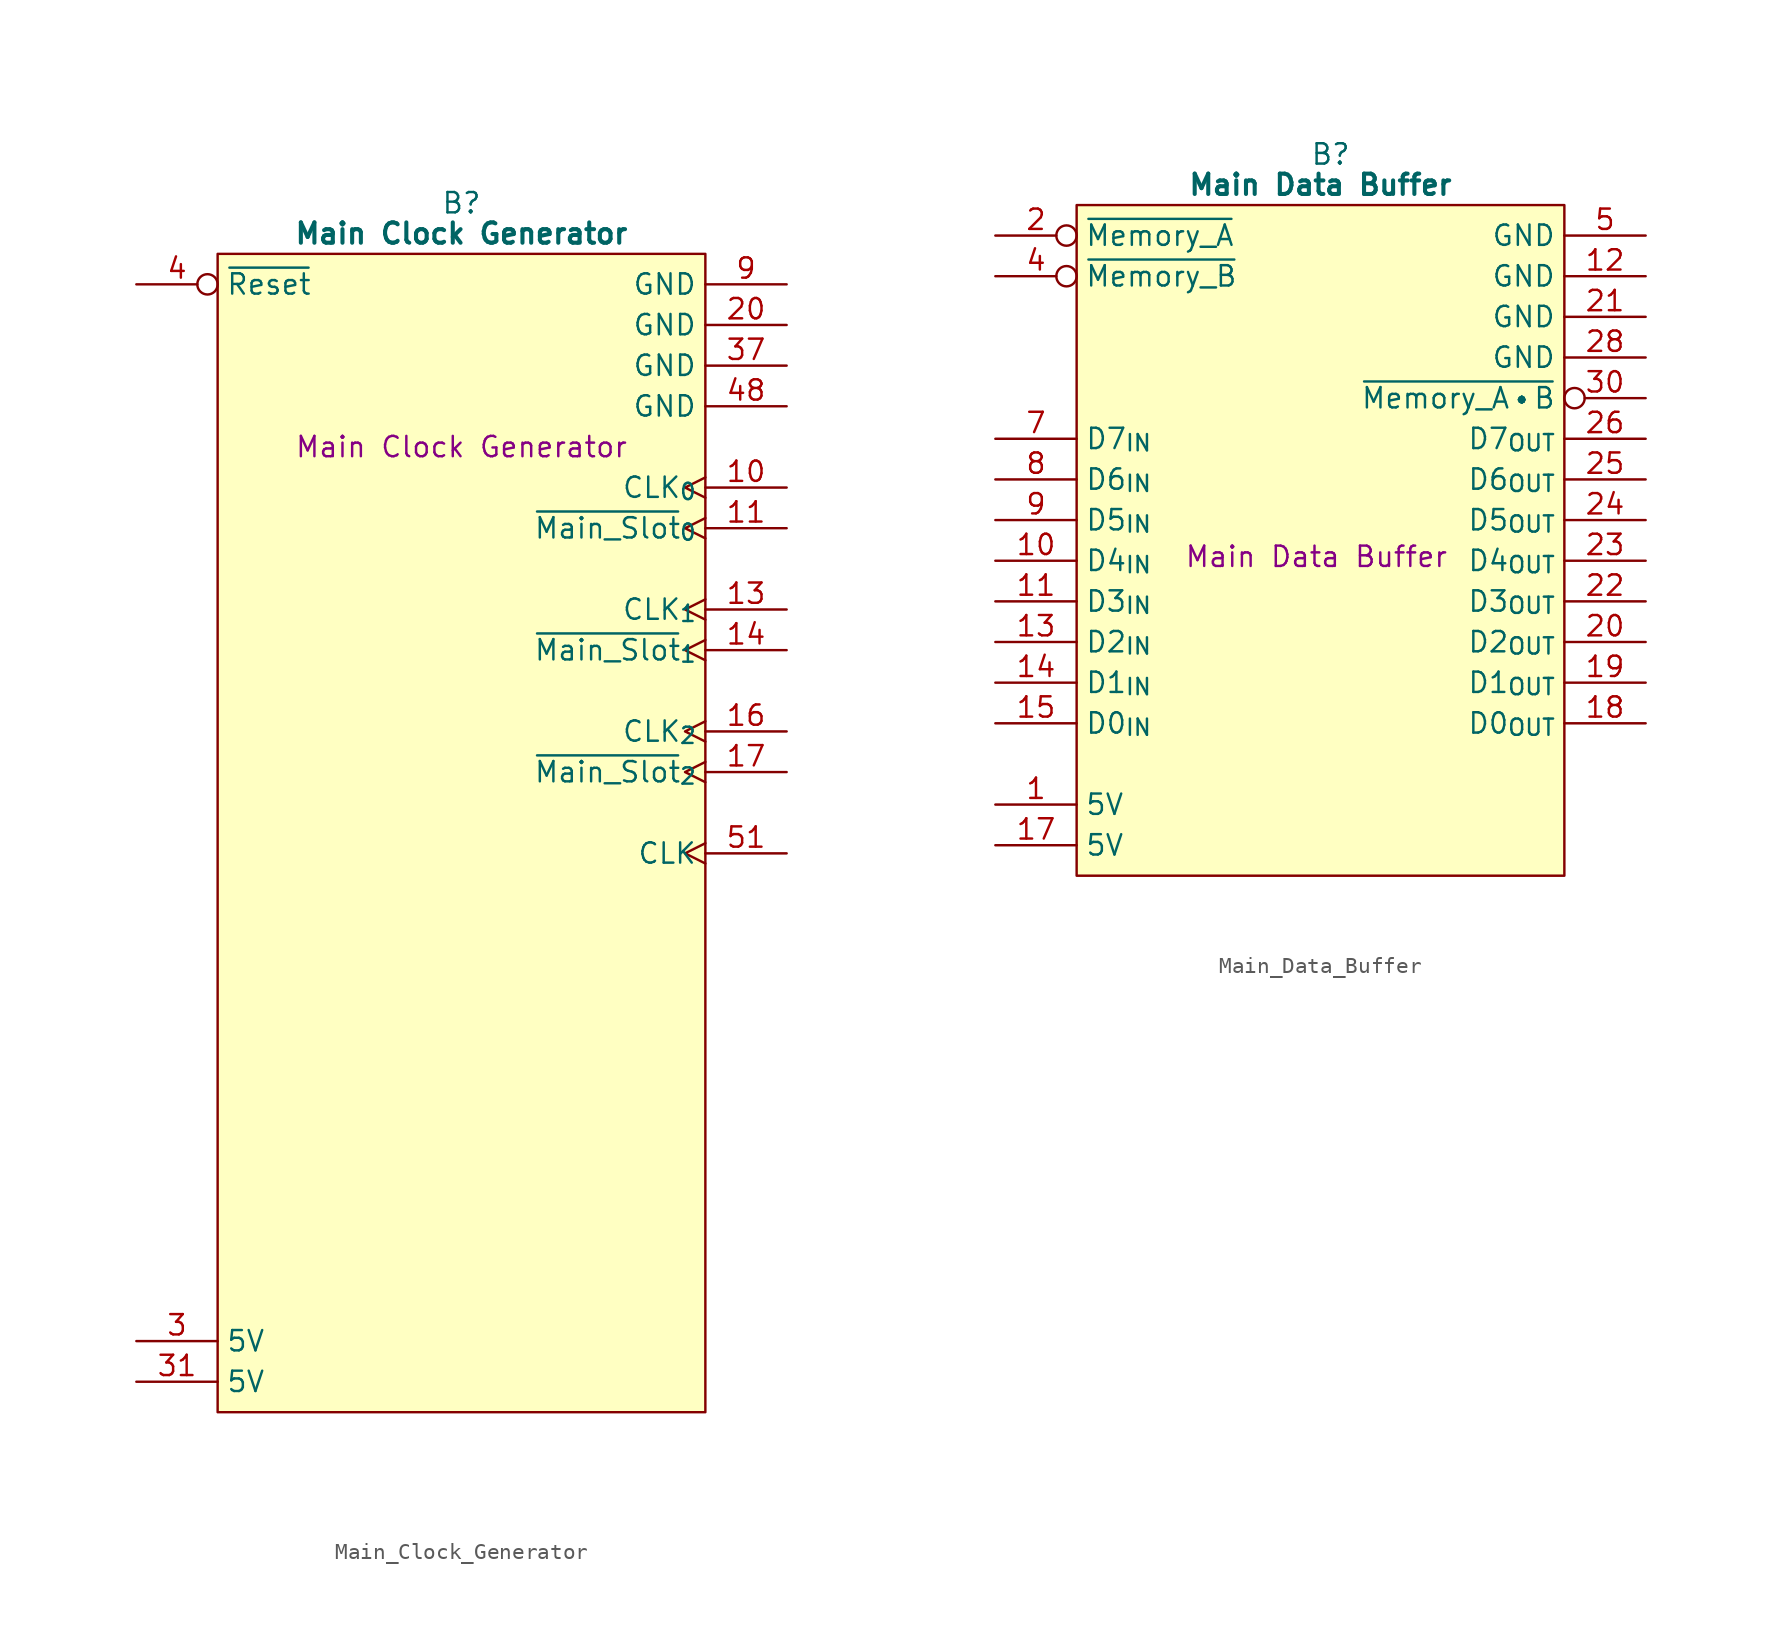
<source format=kicad_sym>
(kicad_symbol_lib
  (version 20241209)
  (generator "kicad_symbol_editor")
  (generator_version "9.0")
  (symbol "Main_Clock_Generator"
    (property "Reference" "B"
      (at 15.24 5.08 0)
      (effects (font (size 1.27 1.27))))
    (property "Value" "Main Clock Generator"
      (at 15.24 3.175 0)
      (effects (font (size 1.27 1.27) (bold yes))))
    (property "Description" "Main Clock Generator"
      (at 15.24 -10.16 0)
      (effects (font (size 1.27 1.27))))
    (symbol "Main_Clock_Generator_0_1"
      (polyline (pts (xy 0 1.905) (xy 30.48 1.905) (xy 30.48 -70.485) (xy 0 -70.485) (xy 0 1.905)) (stroke (width 0.152) (type default)) (fill (type background))))
    (symbol "Main_Clock_Generator_1_0"
      (pin no_connect line (at -5.08 -43.18 0) (length 5.08) (hide yes) (name "N.C." (effects (font (size 1.27 1.27)))) (number "32" (effects (font (size 1.27 1.27)))))
      (pin no_connect line (at -5.08 -45.72 0) (length 5.08) (hide yes) (name "N.C." (effects (font (size 1.27 1.27)))) (number "33" (effects (font (size 1.27 1.27)))))
      (pin no_connect line (at -5.08 -48.26 0) (length 5.08) (hide yes) (name "N.C." (effects (font (size 1.27 1.27)))) (number "34" (effects (font (size 1.27 1.27)))))
      (pin no_connect line (at -5.08 -53.34 0) (length 5.08) (hide yes) (name "N.C." (effects (font (size 1.27 1.27)))) (number "36" (effects (font (size 1.27 1.27)))))
      (pin no_connect line (at -5.08 -55.88 0) (length 5.08) (hide yes) (name "N.C." (effects (font (size 1.27 1.27)))) (number "38" (effects (font (size 1.27 1.27)))))
      (pin no_connect line (at -5.08 -58.42 0) (length 5.08) (hide yes) (name "N.C." (effects (font (size 1.27 1.27)))) (number "39" (effects (font (size 1.27 1.27)))))
      (pin passive line (at 35.56 -5.08 180) (length 5.08) (name "GND" (effects (font (size 1.27 1.27)))) (number "37" (effects (font (size 1.27 1.27)))))
      (pin no_connect line (at 35.56 -25.4 180) (length 5.08) (hide yes) (name "N.C." (effects (font (size 1.27 1.27)))) (number "56" (effects (font (size 1.27 1.27)))))
      (pin no_connect line (at 35.56 -38.1 180) (length 5.08) (hide yes) (name "N.C." (effects (font (size 1.27 1.27)))) (number "54" (effects (font (size 1.27 1.27)))))
      (pin no_connect line (at 35.56 -50.8 180) (length 5.08) (hide yes) (name "N.C." (effects (font (size 1.27 1.27)))) (number "45" (effects (font (size 1.27 1.27))))))
    (symbol "Main_Clock_Generator_1_1"
      (pin input inverted (at -5.08 0 0) (length 5.08) (name "~{Reset}" (effects (font (size 1.27 1.27)))) (number "4" (effects (font (size 1.27 1.27)))))
      (pin no_connect line (at -5.08 -2.54 0) (length 5.08) (hide yes) (name "N.C." (effects (font (size 1.27 1.27)))) (number "23" (effects (font (size 1.27 1.27)))))
      (pin no_connect line (at -5.08 -5.08 0) (length 5.08) (hide yes) (name "N.C." (effects (font (size 1.27 1.27)))) (number "1" (effects (font (size 1.27 1.27)))))
      (pin no_connect line (at -5.08 -7.62 0) (length 5.08) (hide yes) (name "N.C." (effects (font (size 1.27 1.27)))) (number "2" (effects (font (size 1.27 1.27)))))
      (pin no_connect line (at -5.08 -10.16 0) (length 5.08) (hide yes) (name "N.C." (effects (font (size 1.27 1.27)))) (number "5" (effects (font (size 1.27 1.27)))))
      (pin no_connect line (at -5.08 -12.7 0) (length 5.08) (hide yes) (name "N.C." (effects (font (size 1.27 1.27)))) (number "8" (effects (font (size 1.27 1.27)))))
      (pin no_connect line (at -5.08 -15.24 0) (length 5.08) (hide yes) (name "N.C." (effects (font (size 1.27 1.27)))) (number "7" (effects (font (size 1.27 1.27)))))
      (pin no_connect inverted (at -5.08 -17.78 0) (length 5.08) (hide yes) (name "N.C." (effects (font (size 1.27 1.27)))) (number "19" (effects (font (size 1.27 1.27)))))
      (pin no_connect inverted (at -5.08 -20.32 0) (length 5.08) (hide yes) (name "N.C." (effects (font (size 1.27 1.27)))) (number "12" (effects (font (size 1.27 1.27)))))
      (pin no_connect line (at -5.08 -22.86 0) (length 5.08) (hide yes) (name "N.C." (effects (font (size 1.27 1.27)))) (number "15" (effects (font (size 1.27 1.27)))))
      (pin no_connect line (at -5.08 -25.4 0) (length 5.08) (hide yes) (name "N.C." (effects (font (size 1.27 1.27)))) (number "24" (effects (font (size 1.27 1.27)))))
      (pin no_connect line (at -5.08 -27.94 0) (length 5.08) (hide yes) (name "N.C." (effects (font (size 1.27 1.27)))) (number "25" (effects (font (size 1.27 1.27)))))
      (pin no_connect line (at -5.08 -30.48 0) (length 5.08) (hide yes) (name "N.C." (effects (font (size 1.27 1.27)))) (number "26" (effects (font (size 1.27 1.27)))))
      (pin no_connect line (at -5.08 -33.02 0) (length 5.08) (hide yes) (name "N.C." (effects (font (size 1.27 1.27)))) (number "27" (effects (font (size 1.27 1.27)))))
      (pin no_connect line (at -5.08 -35.56 0) (length 5.08) (hide yes) (name "N.C." (effects (font (size 1.27 1.27)))) (number "28" (effects (font (size 1.27 1.27)))))
      (pin no_connect line (at -5.08 -38.1 0) (length 5.08) (hide yes) (name "N.C." (effects (font (size 1.27 1.27)))) (number "29" (effects (font (size 1.27 1.27)))))
      (pin no_connect line (at -5.08 -40.64 0) (length 5.08) (hide yes) (name "N.C." (effects (font (size 1.27 1.27)))) (number "30" (effects (font (size 1.27 1.27)))))
      (pin no_connect line (at -5.08 -50.8 0) (length 5.08) (hide yes) (name "N.C." (effects (font (size 1.27 1.27)))) (number "35" (effects (font (size 1.27 1.27)))))
      (pin no_connect line (at -5.08 -60.96 0) (length 5.08) (hide yes) (name "N.C." (effects (font (size 1.27 1.27)))) (number "40" (effects (font (size 1.27 1.27)))))
      (pin no_connect line (at -5.08 -63.5 0) (length 5.08) (hide yes) (name "N.C." (effects (font (size 1.27 1.27)))) (number "42" (effects (font (size 1.27 1.27)))))
      (pin passive line (at -5.08 -66.04 0) (length 5.08) (name "5V" (effects (font (size 1.27 1.27)))) (number "3" (effects (font (size 1.27 1.27)))))
      (pin passive line (at -5.08 -68.58 0) (length 5.08) (name "5V" (effects (font (size 1.27 1.27)))) (number "31" (effects (font (size 1.27 1.27)))))
      (pin passive line (at 35.56 0 180) (length 5.08) (name "GND" (effects (font (size 1.27 1.27)))) (number "9" (effects (font (size 1.27 1.27)))))
      (pin passive line (at 35.56 -2.54 180) (length 5.08) (name "GND" (effects (font (size 1.27 1.27)))) (number "20" (effects (font (size 1.27 1.27)))))
      (pin passive line (at 35.56 -7.62 180) (length 5.08) (name "GND" (effects (font (size 1.27 1.27)))) (number "48" (effects (font (size 1.27 1.27)))))
      (pin no_connect line (at 35.56 -10.16 180) (length 5.08) (hide yes) (name "N.C." (effects (font (size 1.27 1.27)))) (number "6" (effects (font (size 1.27 1.27)))))
      (pin output clock (at 35.56 -12.7 180) (length 5.08) (name "CLK_{0}" (effects (font (size 1.27 1.27)))) (number "10" (effects (font (size 1.27 1.27)))))
      (pin output clock (at 35.56 -15.24 180) (length 5.08) (name "~{Main_Slot}_{0}" (effects (font (size 1.27 1.27)))) (number "11" (effects (font (size 1.27 1.27)))))
      (pin no_connect line (at 35.56 -17.78 180) (length 5.08) (hide yes) (name "N.C." (effects (font (size 1.27 1.27)))) (number "52" (effects (font (size 1.27 1.27)))))
      (pin output clock (at 35.56 -20.32 180) (length 5.08) (name "CLK_{1}" (effects (font (size 1.27 1.27)))) (number "13" (effects (font (size 1.27 1.27)))))
      (pin output clock (at 35.56 -22.86 180) (length 5.08) (name "~{Main_Slot}_{1}" (effects (font (size 1.27 1.27)))) (number "14" (effects (font (size 1.27 1.27)))))
      (pin output clock (at 35.56 -27.94 180) (length 5.08) (name "CLK_{2}" (effects (font (size 1.27 1.27)))) (number "16" (effects (font (size 1.27 1.27)))))
      (pin output clock (at 35.56 -30.48 180) (length 5.08) (name "~{Main_Slot}_{2}" (effects (font (size 1.27 1.27)))) (number "17" (effects (font (size 1.27 1.27)))))
      (pin no_connect inverted (at 35.56 -33.02 180) (length 5.08) (hide yes) (name "N.C." (effects (font (size 1.27 1.27)))) (number "18" (effects (font (size 1.27 1.27)))))
      (pin output clock (at 35.56 -35.56 180) (length 5.08) (name "CLK" (effects (font (size 1.27 1.27)))) (number "51" (effects (font (size 1.27 1.27)))))
      (pin no_connect line (at 35.56 -40.64 180) (length 5.08) (hide yes) (name "N.C." (effects (font (size 1.27 1.27)))) (number "46" (effects (font (size 1.27 1.27)))))
      (pin no_connect line (at 35.56 -43.18 180) (length 5.08) (hide yes) (name "N.C." (effects (font (size 1.27 1.27)))) (number "44" (effects (font (size 1.27 1.27)))))
      (pin no_connect line (at 35.56 -45.72 180) (length 5.08) (hide yes) (name "N.C." (effects (font (size 1.27 1.27)))) (number "22" (effects (font (size 1.27 1.27)))))
      (pin no_connect line (at 35.56 -48.26 180) (length 5.08) (hide yes) (name "N.C." (effects (font (size 1.27 1.27)))) (number "43" (effects (font (size 1.27 1.27)))))
      (pin no_connect line (at 35.56 -53.34 180) (length 5.08) (hide yes) (name "N.C." (effects (font (size 1.27 1.27)))) (number "47" (effects (font (size 1.27 1.27)))))
      (pin no_connect inverted (at 35.56 -55.88 180) (length 5.08) (hide yes) (name "N.C." (effects (font (size 1.27 1.27)))) (number "21" (effects (font (size 1.27 1.27)))))
      (pin no_connect line (at 35.56 -58.42 180) (length 5.08) (hide yes) (name "N.C." (effects (font (size 1.27 1.27)))) (number "53" (effects (font (size 1.27 1.27)))))
      (pin no_connect line (at 35.56 -60.96 180) (length 5.08) (hide yes) (name "N.C." (effects (font (size 1.27 1.27)))) (number "41" (effects (font (size 1.27 1.27)))))
      (pin no_connect line (at 35.56 -63.5 180) (length 5.08) (hide yes) (name "N.C." (effects (font (size 1.27 1.27)))) (number "55" (effects (font (size 1.27 1.27)))))
      (pin no_connect line (at 35.56 -66.04 180) (length 5.08) (hide yes) (name "N.C." (effects (font (size 1.27 1.27)))) (number "49" (effects (font (size 1.27 1.27)))))
      (pin no_connect line (at 35.56 -68.58 180) (length 5.08) (hide yes) (name "N.C." (effects (font (size 1.27 1.27)))) (number "50" (effects (font (size 1.27 1.27)))))))
  (symbol "Main_Data_Buffer"
    (property "Reference" "B"
      (at 15.875 5.08 0)
      (effects (font (size 1.27 1.27))))
    (property "Value" "Main Data Buffer"
      (at 15.24 3.175 0)
      (effects (font (size 1.27 1.27) (bold yes))))
    (property "Description" "Main Data Buffer"
      (at 14.986 -20.066 0)
      (effects (font (size 1.27 1.27))))
    (symbol "Main_Data_Buffer_0_1"
      (polyline (pts (xy 0 1.905) (xy 30.48 1.905) (xy 30.48 -40.005) (xy 0 -40.005) (xy 0 1.905)) (stroke (width 0.152) (type default)) (fill (type background))))
    (symbol "Main_Data_Buffer_1_0"
      (pin no_connect line (at 35.56 -38.1 180) (length 5.08) (hide yes) (name "N.C." (effects (font (size 1.27 1.27)))) (number "32" (effects (font (size 1.27 1.27))))))
    (symbol "Main_Data_Buffer_1_1"
      (pin input inverted (at -5.08 0 0) (length 5.08) (name "~{Memory_A}" (effects (font (size 1.27 1.27)))) (number "2" (effects (font (size 1.27 1.27)))))
      (pin input inverted (at -5.08 -2.54 0) (length 5.08) (name "~{Memory_B}" (effects (font (size 1.27 1.27)))) (number "4" (effects (font (size 1.27 1.27)))))
      (pin no_connect line (at -5.08 -5.08 0) (length 5.08) (hide yes) (name "N.C." (effects (font (size 1.27 1.27)))) (number "3" (effects (font (size 1.27 1.27)))))
      (pin no_connect line (at -5.08 -7.62 0) (length 5.08) (hide yes) (name "N.C." (effects (font (size 1.27 1.27)))) (number "16" (effects (font (size 1.27 1.27)))))
      (pin no_connect line (at -5.08 -10.16 0) (length 5.08) (hide yes) (name "N.C." (effects (font (size 1.27 1.27)))) (number "27" (effects (font (size 1.27 1.27)))))
      (pin tri_state line (at -5.08 -12.7 0) (length 5.08) (name "D7_{IN}" (effects (font (size 1.27 1.27)))) (number "7" (effects (font (size 1.27 1.27)))))
      (pin tri_state line (at -5.08 -15.24 0) (length 5.08) (name "D6_{IN}" (effects (font (size 1.27 1.27)))) (number "8" (effects (font (size 1.27 1.27)))))
      (pin tri_state line (at -5.08 -17.78 0) (length 5.08) (name "D5_{IN}" (effects (font (size 1.27 1.27)))) (number "9" (effects (font (size 1.27 1.27)))))
      (pin tri_state line (at -5.08 -20.32 0) (length 5.08) (name "D4_{IN}" (effects (font (size 1.27 1.27)))) (number "10" (effects (font (size 1.27 1.27)))))
      (pin tri_state line (at -5.08 -22.86 0) (length 5.08) (name "D3_{IN}" (effects (font (size 1.27 1.27)))) (number "11" (effects (font (size 1.27 1.27)))))
      (pin tri_state line (at -5.08 -25.4 0) (length 5.08) (name "D2_{IN}" (effects (font (size 1.27 1.27)))) (number "13" (effects (font (size 1.27 1.27)))))
      (pin tri_state line (at -5.08 -27.94 0) (length 5.08) (name "D1_{IN}" (effects (font (size 1.27 1.27)))) (number "14" (effects (font (size 1.27 1.27)))))
      (pin tri_state line (at -5.08 -30.48 0) (length 5.08) (name "D0_{IN}" (effects (font (size 1.27 1.27)))) (number "15" (effects (font (size 1.27 1.27)))))
      (pin no_connect line (at -5.08 -33.02 0) (length 5.08) (hide yes) (name "N.C." (effects (font (size 1.27 1.27)))) (number "6" (effects (font (size 1.27 1.27)))))
      (pin passive line (at -5.08 -35.56 0) (length 5.08) (name "5V" (effects (font (size 1.27 1.27)))) (number "1" (effects (font (size 1.27 1.27)))))
      (pin passive line (at -5.08 -38.1 0) (length 5.08) (name "5V" (effects (font (size 1.27 1.27)))) (number "17" (effects (font (size 1.27 1.27)))))
      (pin passive line (at 35.56 0 180) (length 5.08) (name "GND" (effects (font (size 1.27 1.27)))) (number "5" (effects (font (size 1.27 1.27)))))
      (pin passive line (at 35.56 -2.54 180) (length 5.08) (name "GND" (effects (font (size 1.27 1.27)))) (number "12" (effects (font (size 1.27 1.27)))))
      (pin passive line (at 35.56 -5.08 180) (length 5.08) (name "GND" (effects (font (size 1.27 1.27)))) (number "21" (effects (font (size 1.27 1.27)))))
      (pin passive line (at 35.56 -7.62 180) (length 5.08) (name "GND" (effects (font (size 1.27 1.27)))) (number "28" (effects (font (size 1.27 1.27)))))
      (pin output inverted (at 35.56 -10.16 180) (length 5.08) (name "~{Memory_A•B}" (effects (font (size 1.27 1.27)))) (number "30" (effects (font (size 1.27 1.27)))))
      (pin tri_state line (at 35.56 -12.7 180) (length 5.08) (name "D7_{OUT}" (effects (font (size 1.27 1.27)))) (number "26" (effects (font (size 1.27 1.27)))))
      (pin tri_state line (at 35.56 -15.24 180) (length 5.08) (name "D6_{OUT}" (effects (font (size 1.27 1.27)))) (number "25" (effects (font (size 1.27 1.27)))))
      (pin tri_state line (at 35.56 -17.78 180) (length 5.08) (name "D5_{OUT}" (effects (font (size 1.27 1.27)))) (number "24" (effects (font (size 1.27 1.27)))))
      (pin tri_state line (at 35.56 -20.32 180) (length 5.08) (name "D4_{OUT}" (effects (font (size 1.27 1.27)))) (number "23" (effects (font (size 1.27 1.27)))))
      (pin tri_state line (at 35.56 -22.86 180) (length 5.08) (name "D3_{OUT}" (effects (font (size 1.27 1.27)))) (number "22" (effects (font (size 1.27 1.27)))))
      (pin tri_state line (at 35.56 -25.4 180) (length 5.08) (name "D2_{OUT}" (effects (font (size 1.27 1.27)))) (number "20" (effects (font (size 1.27 1.27)))))
      (pin tri_state line (at 35.56 -27.94 180) (length 5.08) (name "D1_{OUT}" (effects (font (size 1.27 1.27)))) (number "19" (effects (font (size 1.27 1.27)))))
      (pin tri_state line (at 35.56 -30.48 180) (length 5.08) (name "D0_{OUT}" (effects (font (size 1.27 1.27)))) (number "18" (effects (font (size 1.27 1.27)))))
      (pin no_connect line (at 35.56 -33.02 180) (length 5.08) (hide yes) (name "N.C." (effects (font (size 1.27 1.27)))) (number "29" (effects (font (size 1.27 1.27)))))
      (pin no_connect line (at 35.56 -35.56 180) (length 5.08) (hide yes) (name "N.C." (effects (font (size 1.27 1.27)))) (number "31" (effects (font (size 1.27 1.27))))))))
</source>
